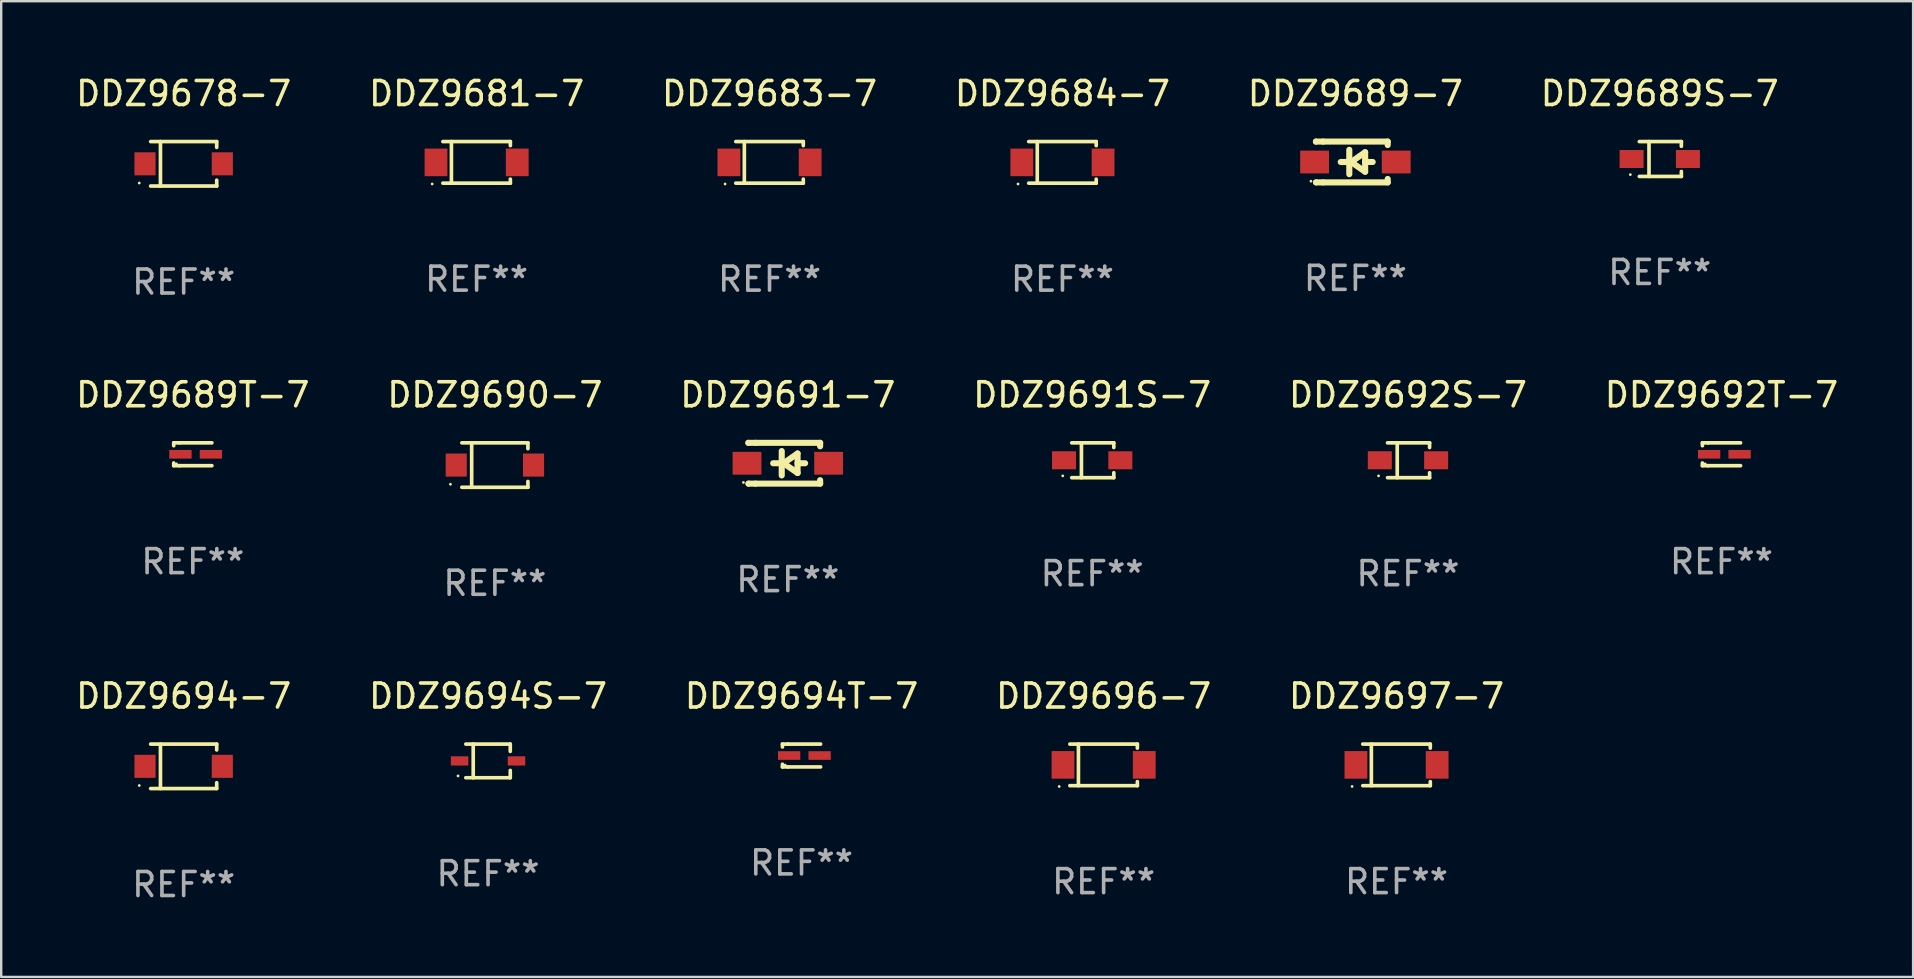
<source format=kicad_pcb>
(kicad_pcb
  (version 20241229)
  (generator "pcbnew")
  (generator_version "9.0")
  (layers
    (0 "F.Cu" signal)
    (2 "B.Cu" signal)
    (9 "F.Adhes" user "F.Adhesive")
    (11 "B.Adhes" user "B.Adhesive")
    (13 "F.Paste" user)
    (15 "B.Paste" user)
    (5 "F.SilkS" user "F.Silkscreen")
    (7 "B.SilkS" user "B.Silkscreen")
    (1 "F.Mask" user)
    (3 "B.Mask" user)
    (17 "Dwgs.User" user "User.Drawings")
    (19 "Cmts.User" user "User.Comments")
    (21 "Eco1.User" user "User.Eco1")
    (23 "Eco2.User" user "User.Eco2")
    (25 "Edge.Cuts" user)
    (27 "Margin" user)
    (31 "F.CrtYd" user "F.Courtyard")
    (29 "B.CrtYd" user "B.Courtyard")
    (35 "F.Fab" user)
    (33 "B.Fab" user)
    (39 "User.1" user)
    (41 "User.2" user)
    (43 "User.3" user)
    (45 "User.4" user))
  (footprint "DDZ9694T-7"
    (layer "F.Cu")
    (at 30.339 28.422)
    (property "Reference" "DDZ9694T-7" (at 0 -2.476 0) (layer "F.SilkS") (effects (font (size 1 1) (thickness 0.15))))
    (attr through_hole)
    (fp_line (start -0.795 -0.476) (end -0.795 -0.356) (stroke (width 0.152) (type solid)) (layer "F.SilkS"))
    (fp_line (start -0.795 0.363) (end -0.795 0.476) (stroke (width 0.152) (type solid)) (layer "F.SilkS"))
    (fp_line (start -0.795 0.476) (end -0.557 0.476) (stroke (width 0.152) (type solid)) (layer "F.SilkS"))
    (fp_line (start -0.557 -0.476) (end -0.795 -0.476) (stroke (width 0.152) (type solid)) (layer "F.SilkS"))
    (fp_line (start -0.557 -0.476) (end 0.795 -0.476) (stroke (width 0.152) (type solid)) (layer "F.SilkS"))
    (fp_line (start -0.557 0.476) (end 0.795 0.476) (stroke (width 0.152) (type solid)) (layer "F.SilkS"))
    (fp_circle (center -0.681 0.4) (end -0.651 0.4) (stroke (width 0.06) (type solid)) (fill no) (layer "F.SilkS"))
    (fp_text user "REF**" (at 0 4.476 0) (layer "F.Fab") (effects (font (size 1 1) (thickness 0.15))))
    (pad "1" smd rect (at -0.516 0 180) (size 0.93 0.36) (layers "F.Cu" "F.Mask" "F.Paste"))
    (pad "2" smd rect (at 0.754 0 180) (size 0.93 0.36) (layers "F.Cu" "F.Mask" "F.Paste")))
  (footprint "DDZ9692T-7"
    (layer "F.Cu")
    (at 68.661 15.873)
    (property "Reference" "DDZ9692T-7" (at 0 -2.476 0) (layer "F.SilkS") (effects (font (size 1 1) (thickness 0.15))))
    (attr through_hole)
    (fp_line (start -0.795 -0.476) (end -0.795 -0.356) (stroke (width 0.152) (type solid)) (layer "F.SilkS"))
    (fp_line (start -0.795 0.363) (end -0.795 0.476) (stroke (width 0.152) (type solid)) (layer "F.SilkS"))
    (fp_line (start -0.795 0.476) (end -0.557 0.476) (stroke (width 0.152) (type solid)) (layer "F.SilkS"))
    (fp_line (start -0.557 -0.476) (end -0.795 -0.476) (stroke (width 0.152) (type solid)) (layer "F.SilkS"))
    (fp_line (start -0.557 -0.476) (end 0.795 -0.476) (stroke (width 0.152) (type solid)) (layer "F.SilkS"))
    (fp_line (start -0.557 0.476) (end 0.795 0.476) (stroke (width 0.152) (type solid)) (layer "F.SilkS"))
    (fp_circle (center -0.681 0.4) (end -0.651 0.4) (stroke (width 0.06) (type solid)) (fill no) (layer "F.SilkS"))
    (fp_text user "REF**" (at 0 4.476 0) (layer "F.Fab") (effects (font (size 1 1) (thickness 0.15))))
    (pad "1" smd rect (at -0.516 0 180) (size 0.93 0.36) (layers "F.Cu" "F.Mask" "F.Paste"))
    (pad "2" smd rect (at 0.754 0 180) (size 0.93 0.36) (layers "F.Cu" "F.Mask" "F.Paste")))
  (footprint "DDZ9694-7"
    (layer "F.Cu")
    (at 4.601 28.872)
    (property "Reference" "DDZ9694-7" (at 0 -2.926 0) (layer "F.SilkS") (effects (font (size 1 1) (thickness 0.15))))
    (attr through_hole)
    (fp_line (start -1.376 -0.926) (end 1.376 -0.926) (stroke (width 0.152) (type solid)) (layer "F.SilkS"))
    (fp_line (start -1.376 0.926) (end 1.376 0.926) (stroke (width 0.152) (type solid)) (layer "F.SilkS"))
    (fp_line (start -0.967 -0.926) (end -0.967 0.926) (stroke (width 0.152) (type solid)) (layer "F.SilkS"))
    (fp_line (start 1.376 -0.926) (end 1.376 -0.683) (stroke (width 0.152) (type solid)) (layer "F.SilkS"))
    (fp_line (start 1.376 0.926) (end 1.376 0.683) (stroke (width 0.152) (type solid)) (layer "F.SilkS"))
    (fp_circle (center -1.85 0.8) (end -1.82 0.8) (stroke (width 0.06) (type solid)) (fill no) (layer "F.SilkS"))
    (fp_text user "REF**" (at 0 4.926 0) (layer "F.Fab") (effects (font (size 1 1) (thickness 0.15))))
    (pad "1" smd rect (at -1.61 0) (size 0.88 0.96) (layers "F.Cu" "F.Mask" "F.Paste"))
    (pad "2" smd rect (at 1.61 0) (size 0.88 0.96) (layers "F.Cu" "F.Mask" "F.Paste")))
  (footprint "DDZ9681-7"
    (layer "F.Cu")
    (at 16.804 3.714)
    (property "Reference" "DDZ9681-7" (at 0 -2.866 0) (layer "F.SilkS") (effects (font (size 1 1) (thickness 0.15))))
    (attr through_hole)
    (fp_line (start -1.406 -0.866) (end 1.406 -0.866) (stroke (width 0.152) (type solid)) (layer "F.SilkS"))
    (fp_line (start -1.406 0.866) (end 1.406 0.866) (stroke (width 0.152) (type solid)) (layer "F.SilkS"))
    (fp_line (start -1.049 -0.866) (end -1.049 0.866) (stroke (width 0.152) (type solid)) (layer "F.SilkS"))
    (fp_line (start 1.406 -0.866) (end 1.406 -0.698) (stroke (width 0.152) (type solid)) (layer "F.SilkS"))
    (fp_line (start 1.406 0.866) (end 1.406 0.698) (stroke (width 0.152) (type solid)) (layer "F.SilkS"))
    (fp_circle (center -1.851 0.9) (end -1.821 0.9) (stroke (width 0.06) (type solid)) (fill no) (layer "F.SilkS"))
    (fp_text user "REF**" (at 0 4.866 0) (layer "F.Fab") (effects (font (size 1 1) (thickness 0.15))))
    (pad "1" smd rect (at -1.692 0) (size 0.95 1.15) (layers "F.Cu" "F.Mask" "F.Paste"))
    (pad "2" smd rect (at 1.692 0) (size 0.95 1.15) (layers "F.Cu" "F.Mask" "F.Paste")))
  (footprint "DDZ9689T-7"
    (layer "F.Cu")
    (at 4.982 15.873)
    (property "Reference" "DDZ9689T-7" (at 0 -2.476 0) (layer "F.SilkS") (effects (font (size 1 1) (thickness 0.15))))
    (attr through_hole)
    (fp_line (start -0.795 -0.476) (end -0.795 -0.356) (stroke (width 0.152) (type solid)) (layer "F.SilkS"))
    (fp_line (start -0.795 0.363) (end -0.795 0.476) (stroke (width 0.152) (type solid)) (layer "F.SilkS"))
    (fp_line (start -0.795 0.476) (end -0.557 0.476) (stroke (width 0.152) (type solid)) (layer "F.SilkS"))
    (fp_line (start -0.557 -0.476) (end -0.795 -0.476) (stroke (width 0.152) (type solid)) (layer "F.SilkS"))
    (fp_line (start -0.557 -0.476) (end 0.795 -0.476) (stroke (width 0.152) (type solid)) (layer "F.SilkS"))
    (fp_line (start -0.557 0.476) (end 0.795 0.476) (stroke (width 0.152) (type solid)) (layer "F.SilkS"))
    (fp_circle (center -0.681 0.4) (end -0.651 0.4) (stroke (width 0.06) (type solid)) (fill no) (layer "F.SilkS"))
    (fp_text user "REF**" (at 0 4.476 0) (layer "F.Fab") (effects (font (size 1 1) (thickness 0.15))))
    (pad "1" smd rect (at -0.516 0 180) (size 0.93 0.36) (layers "F.Cu" "F.Mask" "F.Paste"))
    (pad "2" smd rect (at 0.754 0 180) (size 0.93 0.36) (layers "F.Cu" "F.Mask" "F.Paste")))
  (footprint "DDZ9683-7"
    (layer "F.Cu")
    (at 29.006 3.714)
    (property "Reference" "DDZ9683-7" (at 0 -2.866 0) (layer "F.SilkS") (effects (font (size 1 1) (thickness 0.15))))
    (attr through_hole)
    (fp_line (start -1.406 -0.866) (end 1.406 -0.866) (stroke (width 0.152) (type solid)) (layer "F.SilkS"))
    (fp_line (start -1.406 0.866) (end 1.406 0.866) (stroke (width 0.152) (type solid)) (layer "F.SilkS"))
    (fp_line (start -1.049 -0.866) (end -1.049 0.866) (stroke (width 0.152) (type solid)) (layer "F.SilkS"))
    (fp_line (start 1.406 -0.866) (end 1.406 -0.698) (stroke (width 0.152) (type solid)) (layer "F.SilkS"))
    (fp_line (start 1.406 0.866) (end 1.406 0.698) (stroke (width 0.152) (type solid)) (layer "F.SilkS"))
    (fp_circle (center -1.851 0.9) (end -1.821 0.9) (stroke (width 0.06) (type solid)) (fill no) (layer "F.SilkS"))
    (fp_text user "REF**" (at 0 4.866 0) (layer "F.Fab") (effects (font (size 1 1) (thickness 0.15))))
    (pad "1" smd rect (at -1.692 0) (size 0.95 1.15) (layers "F.Cu" "F.Mask" "F.Paste"))
    (pad "2" smd rect (at 1.692 0) (size 0.95 1.15) (layers "F.Cu" "F.Mask" "F.Paste")))
  (footprint "DDZ9691S-7"
    (layer "F.Cu")
    (at 42.446 16.123)
    (property "Reference" "DDZ9691S-7" (at 0 -2.726 0) (layer "F.SilkS") (effects (font (size 1 1) (thickness 0.15))))
    (attr through_hole)
    (fp_line (start -0.851 -0.726) (end 0.901 -0.726) (stroke (width 0.152) (type solid)) (layer "F.SilkS"))
    (fp_line (start -0.851 0.726) (end 0.901 0.726) (stroke (width 0.152) (type solid)) (layer "F.SilkS"))
    (fp_line (start -0.447 -0.726) (end -0.447 0.726) (stroke (width 0.152) (type solid)) (layer "F.SilkS"))
    (fp_line (start 0.901 -0.726) (end 0.901 -0.53) (stroke (width 0.152) (type solid)) (layer "F.SilkS"))
    (fp_line (start 0.901 0.726) (end 0.901 0.52) (stroke (width 0.152) (type solid)) (layer "F.SilkS"))
    (fp_circle (center -1.225 0.65) (end -1.195 0.65) (stroke (width 0.06) (type solid)) (fill no) (layer "F.SilkS"))
    (fp_text user "REF**" (at 0 4.726 0) (layer "F.Fab") (effects (font (size 1 1) (thickness 0.15))))
    (pad "1" smd rect (at -1.173 0) (size 1 0.75) (layers "F.Cu" "F.Mask" "F.Paste"))
    (pad "2" smd rect (at 1.173 0) (size 1 0.75) (layers "F.Cu" "F.Mask" "F.Paste")))
  (footprint "DDZ9690-7"
    (layer "F.Cu")
    (at 17.565 16.323)
    (property "Reference" "DDZ9690-7" (at 0 -2.926 0) (layer "F.SilkS") (effects (font (size 1 1) (thickness 0.15))))
    (attr through_hole)
    (fp_line (start -1.376 -0.926) (end 1.376 -0.926) (stroke (width 0.152) (type solid)) (layer "F.SilkS"))
    (fp_line (start -1.376 0.926) (end 1.376 0.926) (stroke (width 0.152) (type solid)) (layer "F.SilkS"))
    (fp_line (start -0.967 -0.926) (end -0.967 0.926) (stroke (width 0.152) (type solid)) (layer "F.SilkS"))
    (fp_line (start 1.376 -0.926) (end 1.376 -0.683) (stroke (width 0.152) (type solid)) (layer "F.SilkS"))
    (fp_line (start 1.376 0.926) (end 1.376 0.683) (stroke (width 0.152) (type solid)) (layer "F.SilkS"))
    (fp_circle (center -1.851 0.8) (end -1.821 0.8) (stroke (width 0.06) (type solid)) (fill no) (layer "F.SilkS"))
    (fp_text user "REF**" (at 0 4.926 0) (layer "F.Fab") (effects (font (size 1 1) (thickness 0.15))))
    (pad "1" smd rect (at -1.61 0.000102) (size 0.88 0.96) (layers "F.Cu" "F.Mask" "F.Paste"))
    (pad "2" smd rect (at 1.61 0.000102) (size 0.88 0.96) (layers "F.Cu" "F.Mask" "F.Paste")))
  (footprint "DDZ9691-7"
    (layer "F.Cu")
    (at 29.768 16.247)
    (property "Reference" "DDZ9691-7" (at 0 -2.85 0) (layer "F.SilkS") (effects (font (size 1 1) (thickness 0.15))))
    (attr through_hole)
    (fp_line (start -1.643 -0.85) (end -1.644 -0.849) (stroke (width 0.254) (type solid)) (layer "F.SilkS"))
    (fp_line (start -1.638 0.85) (end -1.639 0.849) (stroke (width 0.254) (type solid)) (layer "F.SilkS"))
    (fp_line (start -1.346 -0.85) (end -1.643 -0.85) (stroke (width 0.254) (type solid)) (layer "F.SilkS"))
    (fp_line (start -1.346 -0.85) (end 1.346 -0.85) (stroke (width 0.254) (type solid)) (layer "F.SilkS"))
    (fp_line (start -1.346 0.85) (end -1.638 0.85) (stroke (width 0.254) (type solid)) (layer "F.SilkS"))
    (fp_line (start -0.28 0) (end -0.61 0) (stroke (width 0.254) (type solid)) (layer "F.SilkS"))
    (fp_line (start -0.254 -0.508) (end -0.254 0.508) (stroke (width 0.254) (type solid)) (layer "F.SilkS"))
    (fp_line (start -0.178 0) (end 0.406 -0.406) (stroke (width 0.254) (type solid)) (layer "F.SilkS"))
    (fp_line (start 0.406 -0.406) (end 0.406 0.406) (stroke (width 0.254) (type solid)) (layer "F.SilkS"))
    (fp_line (start 0.406 -0.000254) (end 0.72 -0.000254) (stroke (width 0.254) (type solid)) (layer "F.SilkS"))
    (fp_line (start 0.406 0.406) (end -0.178 0) (stroke (width 0.254) (type solid)) (layer "F.SilkS"))
    (fp_line (start 1.346 -0.85) (end 1.346 -0.706) (stroke (width 0.254) (type solid)) (layer "F.SilkS"))
    (fp_line (start 1.346 0.706) (end 1.346 0.85) (stroke (width 0.254) (type solid)) (layer "F.SilkS"))
    (fp_line (start 1.346 0.85) (end -1.346 0.85) (stroke (width 0.254) (type solid)) (layer "F.SilkS"))
    (fp_circle (center -1.85 0.8) (end -1.82 0.8) (stroke (width 0.06) (type solid)) (fill no) (layer "F.SilkS"))
    (fp_text user "REF**" (at 0 4.85 0) (layer "F.Fab") (effects (font (size 1 1) (thickness 0.15))))
    (pad "1" smd rect (at -1.7 0) (size 1.2 0.95) (layers "F.Cu" "F.Mask" "F.Paste"))
    (pad "2" smd rect (at 1.7 0) (size 1.2 0.95) (layers "F.Cu" "F.Mask" "F.Paste")))
  (footprint "DDZ9697-7"
    (layer "F.Cu")
    (at 55.125 28.812)
    (property "Reference" "DDZ9697-7" (at 0 -2.866 0) (layer "F.SilkS") (effects (font (size 1 1) (thickness 0.15))))
    (attr through_hole)
    (fp_line (start -1.406 -0.866) (end 1.406 -0.866) (stroke (width 0.152) (type solid)) (layer "F.SilkS"))
    (fp_line (start -1.406 0.866) (end 1.406 0.866) (stroke (width 0.152) (type solid)) (layer "F.SilkS"))
    (fp_line (start -1.049 -0.866) (end -1.049 0.866) (stroke (width 0.152) (type solid)) (layer "F.SilkS"))
    (fp_line (start 1.406 -0.866) (end 1.406 -0.698) (stroke (width 0.152) (type solid)) (layer "F.SilkS"))
    (fp_line (start 1.406 0.866) (end 1.406 0.698) (stroke (width 0.152) (type solid)) (layer "F.SilkS"))
    (fp_circle (center -1.851 0.9) (end -1.821 0.9) (stroke (width 0.06) (type solid)) (fill no) (layer "F.SilkS"))
    (fp_text user "REF**" (at 0 4.866 0) (layer "F.Fab") (effects (font (size 1 1) (thickness 0.15))))
    (pad "1" smd rect (at -1.692 0) (size 0.95 1.15) (layers "F.Cu" "F.Mask" "F.Paste"))
    (pad "2" smd rect (at 1.692 0) (size 0.95 1.15) (layers "F.Cu" "F.Mask" "F.Paste")))
  (footprint "DDZ9696-7"
    (layer "F.Cu")
    (at 42.923 28.812)
    (property "Reference" "DDZ9696-7" (at 0 -2.866 0) (layer "F.SilkS") (effects (font (size 1 1) (thickness 0.15))))
    (attr through_hole)
    (fp_line (start -1.406 -0.866) (end 1.406 -0.866) (stroke (width 0.152) (type solid)) (layer "F.SilkS"))
    (fp_line (start -1.406 0.866) (end 1.406 0.866) (stroke (width 0.152) (type solid)) (layer "F.SilkS"))
    (fp_line (start -1.049 -0.866) (end -1.049 0.866) (stroke (width 0.152) (type solid)) (layer "F.SilkS"))
    (fp_line (start 1.406 -0.866) (end 1.406 -0.698) (stroke (width 0.152) (type solid)) (layer "F.SilkS"))
    (fp_line (start 1.406 0.866) (end 1.406 0.698) (stroke (width 0.152) (type solid)) (layer "F.SilkS"))
    (fp_circle (center -1.851 0.9) (end -1.821 0.9) (stroke (width 0.06) (type solid)) (fill no) (layer "F.SilkS"))
    (fp_text user "REF**" (at 0 4.866 0) (layer "F.Fab") (effects (font (size 1 1) (thickness 0.15))))
    (pad "1" smd rect (at -1.692 0) (size 0.95 1.15) (layers "F.Cu" "F.Mask" "F.Paste"))
    (pad "2" smd rect (at 1.692 0) (size 0.95 1.15) (layers "F.Cu" "F.Mask" "F.Paste")))
  (footprint "DDZ9689S-7"
    (layer "F.Cu")
    (at 66.089 3.574)
    (property "Reference" "DDZ9689S-7" (at 0 -2.726 0) (layer "F.SilkS") (effects (font (size 1 1) (thickness 0.15))))
    (attr through_hole)
    (fp_line (start -0.851 -0.726) (end 0.901 -0.726) (stroke (width 0.152) (type solid)) (layer "F.SilkS"))
    (fp_line (start -0.851 0.726) (end 0.901 0.726) (stroke (width 0.152) (type solid)) (layer "F.SilkS"))
    (fp_line (start -0.447 -0.726) (end -0.447 0.726) (stroke (width 0.152) (type solid)) (layer "F.SilkS"))
    (fp_line (start 0.901 -0.726) (end 0.901 -0.53) (stroke (width 0.152) (type solid)) (layer "F.SilkS"))
    (fp_line (start 0.901 0.726) (end 0.901 0.52) (stroke (width 0.152) (type solid)) (layer "F.SilkS"))
    (fp_circle (center -1.225 0.65) (end -1.195 0.65) (stroke (width 0.06) (type solid)) (fill no) (layer "F.SilkS"))
    (fp_text user "REF**" (at 0 4.726 0) (layer "F.Fab") (effects (font (size 1 1) (thickness 0.15))))
    (pad "1" smd rect (at -1.173 0) (size 1 0.75) (layers "F.Cu" "F.Mask" "F.Paste"))
    (pad "2" smd rect (at 1.173 0) (size 1 0.75) (layers "F.Cu" "F.Mask" "F.Paste")))
  (footprint "DDZ9689-7"
    (layer "F.Cu")
    (at 53.411 3.698)
    (property "Reference" "DDZ9689-7" (at 0 -2.85 0) (layer "F.SilkS") (effects (font (size 1 1) (thickness 0.15))))
    (attr through_hole)
    (fp_line (start -1.643 -0.85) (end -1.644 -0.849) (stroke (width 0.254) (type solid)) (layer "F.SilkS"))
    (fp_line (start -1.638 0.85) (end -1.639 0.849) (stroke (width 0.254) (type solid)) (layer "F.SilkS"))
    (fp_line (start -1.346 -0.85) (end -1.643 -0.85) (stroke (width 0.254) (type solid)) (layer "F.SilkS"))
    (fp_line (start -1.346 -0.85) (end 1.346 -0.85) (stroke (width 0.254) (type solid)) (layer "F.SilkS"))
    (fp_line (start -1.346 0.85) (end -1.638 0.85) (stroke (width 0.254) (type solid)) (layer "F.SilkS"))
    (fp_line (start -0.28 0) (end -0.61 0) (stroke (width 0.254) (type solid)) (layer "F.SilkS"))
    (fp_line (start -0.254 -0.508) (end -0.254 0.508) (stroke (width 0.254) (type solid)) (layer "F.SilkS"))
    (fp_line (start -0.178 0) (end 0.406 -0.406) (stroke (width 0.254) (type solid)) (layer "F.SilkS"))
    (fp_line (start 0.406 -0.406) (end 0.406 0.406) (stroke (width 0.254) (type solid)) (layer "F.SilkS"))
    (fp_line (start 0.406 -0.000254) (end 0.72 -0.000254) (stroke (width 0.254) (type solid)) (layer "F.SilkS"))
    (fp_line (start 0.406 0.406) (end -0.178 0) (stroke (width 0.254) (type solid)) (layer "F.SilkS"))
    (fp_line (start 1.346 -0.85) (end 1.346 -0.706) (stroke (width 0.254) (type solid)) (layer "F.SilkS"))
    (fp_line (start 1.346 0.706) (end 1.346 0.85) (stroke (width 0.254) (type solid)) (layer "F.SilkS"))
    (fp_line (start 1.346 0.85) (end -1.346 0.85) (stroke (width 0.254) (type solid)) (layer "F.SilkS"))
    (fp_circle (center -1.85 0.8) (end -1.82 0.8) (stroke (width 0.06) (type solid)) (fill no) (layer "F.SilkS"))
    (fp_text user "REF**" (at 0 4.85 0) (layer "F.Fab") (effects (font (size 1 1) (thickness 0.15))))
    (pad "1" smd rect (at -1.7 0) (size 1.2 0.95) (layers "F.Cu" "F.Mask" "F.Paste"))
    (pad "2" smd rect (at 1.7 0) (size 1.2 0.95) (layers "F.Cu" "F.Mask" "F.Paste")))
  (footprint "DDZ9684-7"
    (layer "F.Cu")
    (at 41.208 3.714)
    (property "Reference" "DDZ9684-7" (at 0 -2.866 0) (layer "F.SilkS") (effects (font (size 1 1) (thickness 0.15))))
    (attr through_hole)
    (fp_line (start -1.406 -0.866) (end 1.406 -0.866) (stroke (width 0.152) (type solid)) (layer "F.SilkS"))
    (fp_line (start -1.406 0.866) (end 1.406 0.866) (stroke (width 0.152) (type solid)) (layer "F.SilkS"))
    (fp_line (start -1.049 -0.866) (end -1.049 0.866) (stroke (width 0.152) (type solid)) (layer "F.SilkS"))
    (fp_line (start 1.406 -0.866) (end 1.406 -0.698) (stroke (width 0.152) (type solid)) (layer "F.SilkS"))
    (fp_line (start 1.406 0.866) (end 1.406 0.698) (stroke (width 0.152) (type solid)) (layer "F.SilkS"))
    (fp_circle (center -1.851 0.9) (end -1.821 0.9) (stroke (width 0.06) (type solid)) (fill no) (layer "F.SilkS"))
    (fp_text user "REF**" (at 0 4.866 0) (layer "F.Fab") (effects (font (size 1 1) (thickness 0.15))))
    (pad "1" smd rect (at -1.692 0) (size 0.95 1.15) (layers "F.Cu" "F.Mask" "F.Paste"))
    (pad "2" smd rect (at 1.692 0) (size 0.95 1.15) (layers "F.Cu" "F.Mask" "F.Paste")))
  (footprint "DDZ9694S-7"
    (layer "F.Cu")
    (at 17.28 28.647)
    (property "Reference" "DDZ9694S-7" (at 0 -2.701 0) (layer "F.SilkS") (effects (font (size 1 1) (thickness 0.15))))
    (attr through_hole)
    (fp_line (start -0.926 -0.701) (end 0.926 -0.701) (stroke (width 0.152) (type solid)) (layer "F.SilkS"))
    (fp_line (start -0.926 0.701) (end 0.926 0.701) (stroke (width 0.152) (type solid)) (layer "F.SilkS"))
    (fp_line (start -0.617 -0.701) (end -0.617 0.701) (stroke (width 0.152) (type solid)) (layer "F.SilkS"))
    (fp_line (start 0.926 -0.701) (end 0.926 -0.396) (stroke (width 0.152) (type solid)) (layer "F.SilkS"))
    (fp_line (start 0.926 0.701) (end 0.926 0.396) (stroke (width 0.152) (type solid)) (layer "F.SilkS"))
    (fp_circle (center -1.25 0.625) (end -1.22 0.625) (stroke (width 0.06) (type solid)) (fill no) (layer "F.SilkS"))
    (fp_text user "REF**" (at 0 4.701 0) (layer "F.Fab") (effects (font (size 1 1) (thickness 0.15))))
    (pad "1" smd rect (at -1.185 0 180) (size 0.73 0.385) (layers "F.Cu" "F.Mask" "F.Paste"))
    (pad "2" smd rect (at 1.185 0 180) (size 0.73 0.385) (layers "F.Cu" "F.Mask" "F.Paste")))
  (footprint "DDZ9678-7"
    (layer "F.Cu")
    (at 4.601 3.774)
    (property "Reference" "DDZ9678-7" (at 0 -2.926 0) (layer "F.SilkS") (effects (font (size 1 1) (thickness 0.15))))
    (attr through_hole)
    (fp_line (start -1.376 -0.926) (end 1.376 -0.926) (stroke (width 0.152) (type solid)) (layer "F.SilkS"))
    (fp_line (start -1.376 0.926) (end 1.376 0.926) (stroke (width 0.152) (type solid)) (layer "F.SilkS"))
    (fp_line (start -0.967 -0.926) (end -0.967 0.926) (stroke (width 0.152) (type solid)) (layer "F.SilkS"))
    (fp_line (start 1.376 -0.926) (end 1.376 -0.683) (stroke (width 0.152) (type solid)) (layer "F.SilkS"))
    (fp_line (start 1.376 0.926) (end 1.376 0.683) (stroke (width 0.152) (type solid)) (layer "F.SilkS"))
    (fp_circle (center -1.85 0.8) (end -1.82 0.8) (stroke (width 0.06) (type solid)) (fill no) (layer "F.SilkS"))
    (fp_text user "REF**" (at 0 4.926 0) (layer "F.Fab") (effects (font (size 1 1) (thickness 0.15))))
    (pad "1" smd rect (at -1.61 0) (size 0.88 0.96) (layers "F.Cu" "F.Mask" "F.Paste"))
    (pad "2" smd rect (at 1.61 0) (size 0.88 0.96) (layers "F.Cu" "F.Mask" "F.Paste")))
  (footprint "DDZ9692S-7"
    (layer "F.Cu")
    (at 55.601 16.123)
    (property "Reference" "DDZ9692S-7" (at 0 -2.726 0) (layer "F.SilkS") (effects (font (size 1 1) (thickness 0.15))))
    (attr through_hole)
    (fp_line (start -0.851 -0.726) (end 0.901 -0.726) (stroke (width 0.152) (type solid)) (layer "F.SilkS"))
    (fp_line (start -0.851 0.726) (end 0.901 0.726) (stroke (width 0.152) (type solid)) (layer "F.SilkS"))
    (fp_line (start -0.447 -0.726) (end -0.447 0.726) (stroke (width 0.152) (type solid)) (layer "F.SilkS"))
    (fp_line (start 0.901 -0.726) (end 0.901 -0.53) (stroke (width 0.152) (type solid)) (layer "F.SilkS"))
    (fp_line (start 0.901 0.726) (end 0.901 0.52) (stroke (width 0.152) (type solid)) (layer "F.SilkS"))
    (fp_circle (center -1.225 0.65) (end -1.195 0.65) (stroke (width 0.06) (type solid)) (fill no) (layer "F.SilkS"))
    (fp_text user "REF**" (at 0 4.726 0) (layer "F.Fab") (effects (font (size 1 1) (thickness 0.15))))
    (pad "1" smd rect (at -1.173 0) (size 1 0.75) (layers "F.Cu" "F.Mask" "F.Paste"))
    (pad "2" smd rect (at 1.173 0) (size 1 0.75) (layers "F.Cu" "F.Mask" "F.Paste")))
  (gr_rect
    (start -3 -3)
    (end 76.643 37.647)
    (stroke (width 0.1) (type default))
    (fill no)
    (layer "Edge.Cuts")))
</source>
